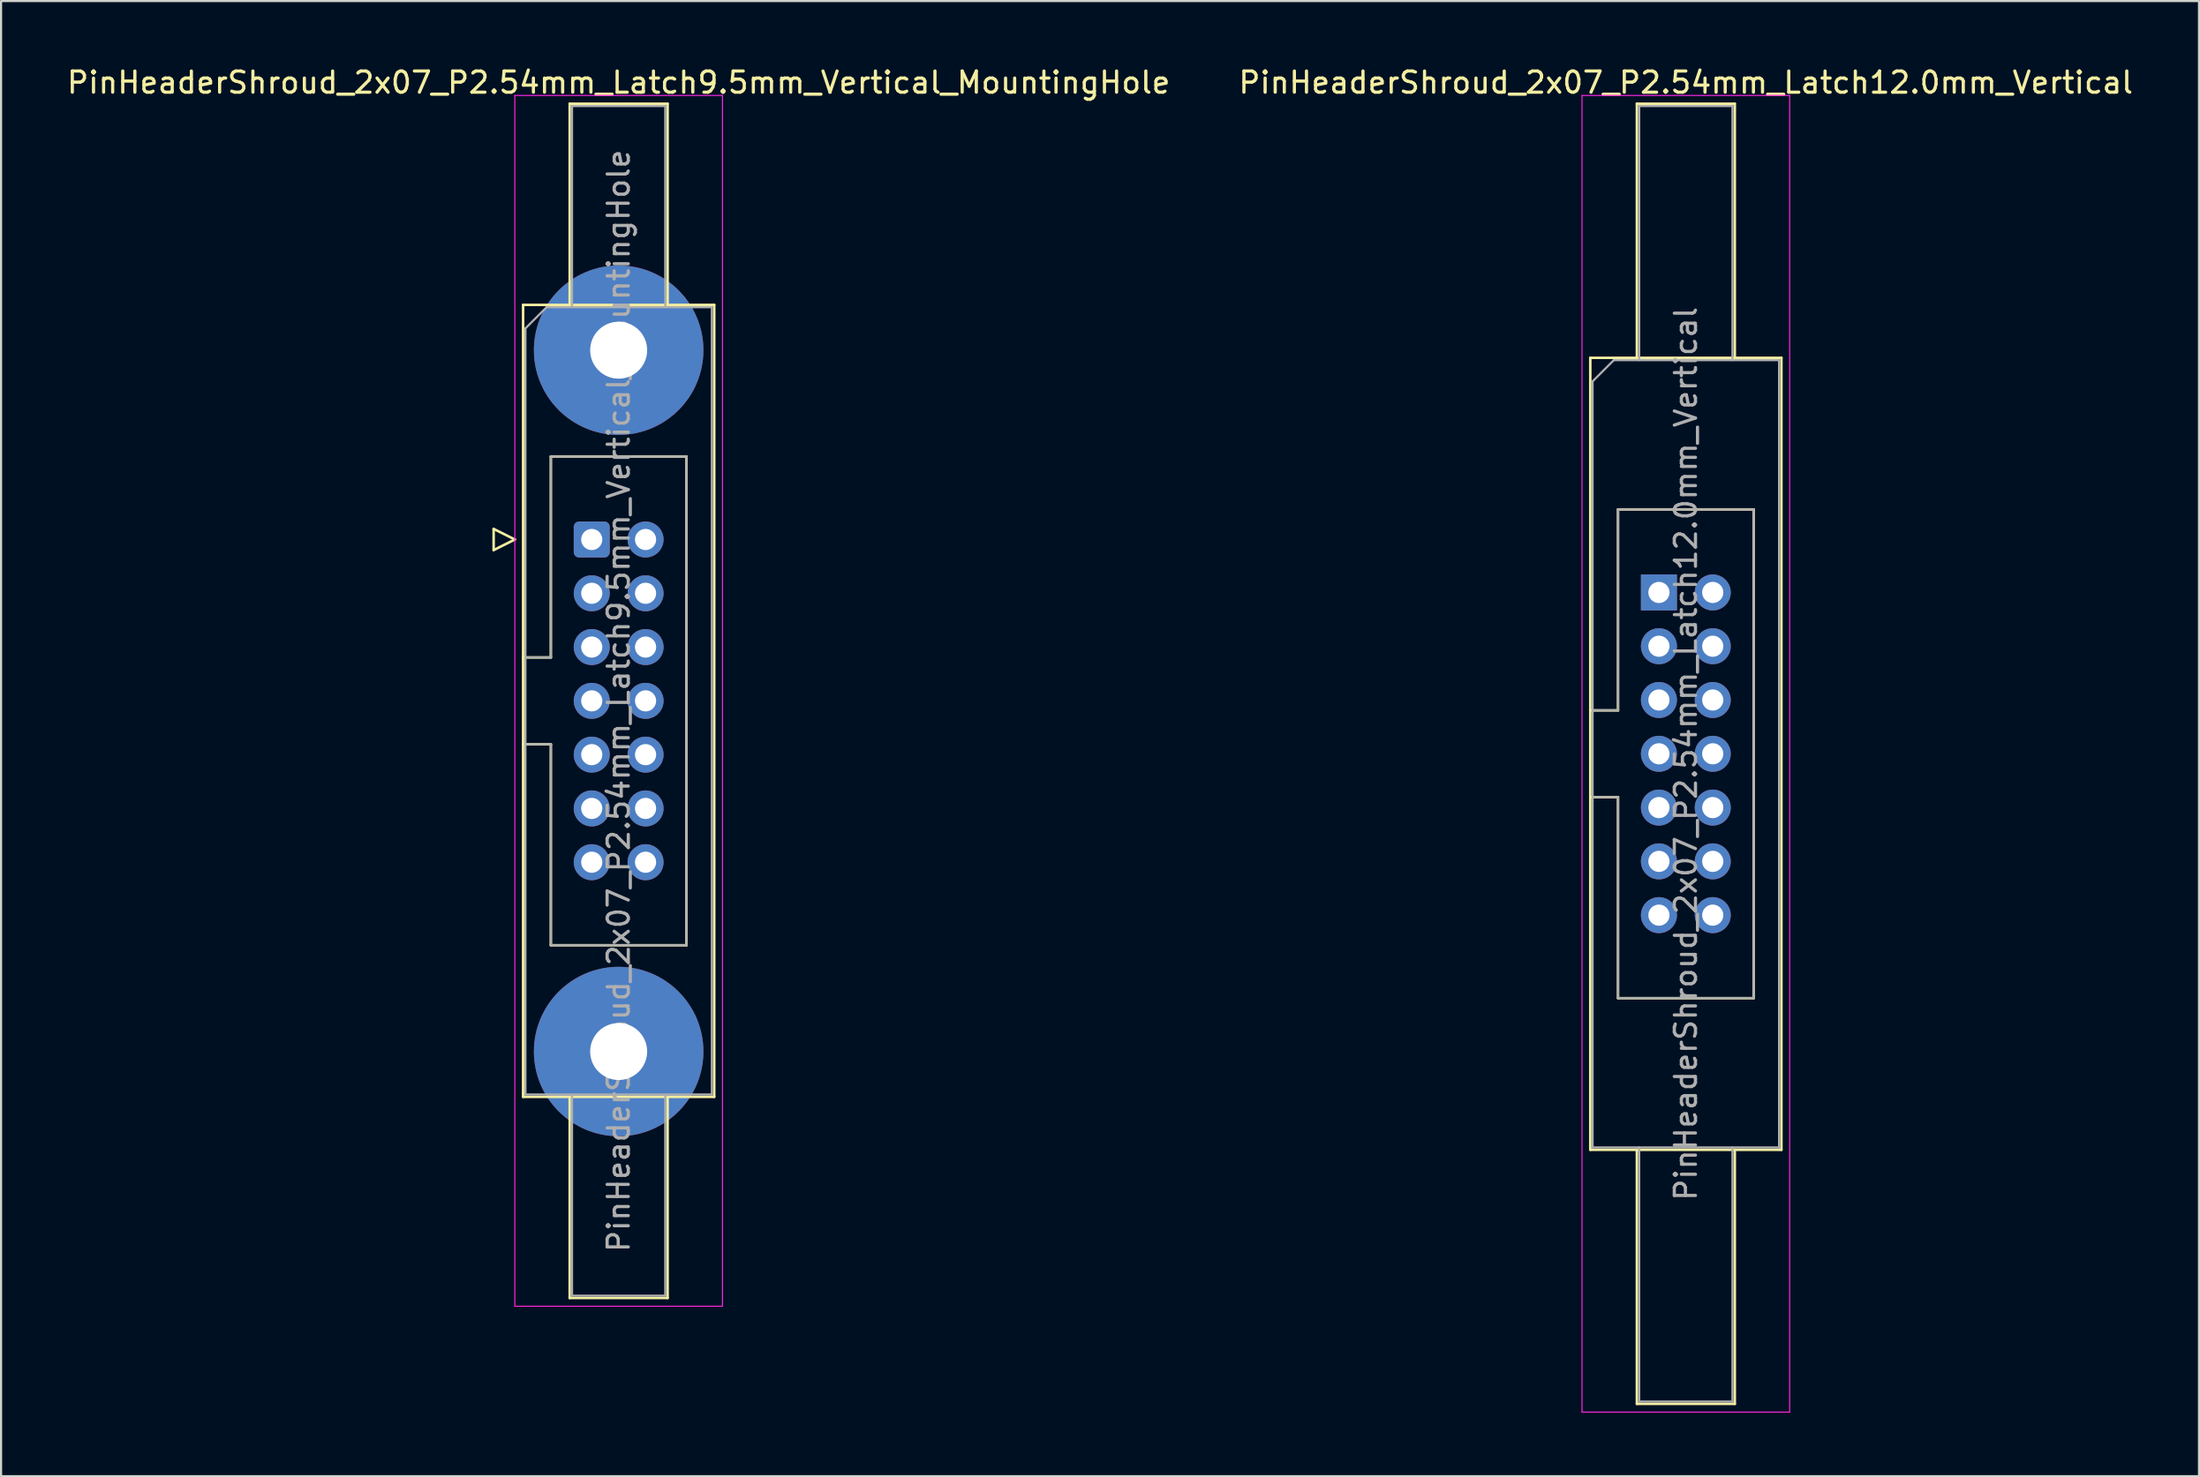
<source format=kicad_pcb>
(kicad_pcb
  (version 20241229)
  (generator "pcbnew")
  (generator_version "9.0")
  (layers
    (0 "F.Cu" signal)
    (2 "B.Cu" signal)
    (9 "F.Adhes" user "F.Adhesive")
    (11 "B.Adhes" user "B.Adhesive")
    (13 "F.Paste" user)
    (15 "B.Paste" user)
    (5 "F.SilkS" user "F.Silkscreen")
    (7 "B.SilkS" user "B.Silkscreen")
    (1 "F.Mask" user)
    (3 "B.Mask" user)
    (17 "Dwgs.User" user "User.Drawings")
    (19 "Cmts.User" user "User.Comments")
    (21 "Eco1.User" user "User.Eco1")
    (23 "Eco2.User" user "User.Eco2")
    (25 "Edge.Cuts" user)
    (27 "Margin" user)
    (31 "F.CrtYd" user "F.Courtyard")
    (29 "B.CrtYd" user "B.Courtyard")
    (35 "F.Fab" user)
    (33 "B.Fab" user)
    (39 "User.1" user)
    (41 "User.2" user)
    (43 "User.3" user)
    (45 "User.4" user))
  (footprint "PinHeaderShroud_2x07_P2.54mm_Latch9.5mm_Vertical_MountingHole"
    (layer "F.Cu")
    (at 24.879 22.428)
    (property "Reference" "PinHeaderShroud_2x07_P2.54mm_Latch9.5mm_Vertical_MountingHole" (at 1.27 -21.58 0) (layer "F.SilkS") (effects (font (size 1 1) (thickness 0.15))))
    (attr through_hole)
    (fp_line (start -4.63 -0.5) (end -4.63 0.5) (stroke (width 0.12) (type solid)) (layer "F.SilkS"))
    (fp_line (start -4.63 0.5) (end -3.63 0) (stroke (width 0.12) (type solid)) (layer "F.SilkS"))
    (fp_line (start -3.63 0) (end -4.63 -0.5) (stroke (width 0.12) (type solid)) (layer "F.SilkS"))
    (fp_line (start -3.24 -11.08) (end 5.78 -11.08) (stroke (width 0.12) (type solid)) (layer "F.SilkS"))
    (fp_line (start -3.24 5.57) (end -1.93 5.57) (stroke (width 0.12) (type solid)) (layer "F.SilkS"))
    (fp_line (start -3.24 9.67) (end -1.93 9.67) (stroke (width 0.12) (type solid)) (layer "F.SilkS"))
    (fp_line (start -3.24 26.32) (end -3.24 -11.08) (stroke (width 0.12) (type solid)) (layer "F.SilkS"))
    (fp_line (start -1.93 -3.92) (end 4.47 -3.92) (stroke (width 0.12) (type solid)) (layer "F.SilkS"))
    (fp_line (start -1.93 5.57) (end -1.93 -3.92) (stroke (width 0.12) (type solid)) (layer "F.SilkS"))
    (fp_line (start -1.93 19.16) (end -1.93 9.67) (stroke (width 0.12) (type solid)) (layer "F.SilkS"))
    (fp_line (start -1.04 -20.58) (end 3.58 -20.58) (stroke (width 0.12) (type solid)) (layer "F.SilkS"))
    (fp_line (start -1.04 -11.08) (end -1.04 -20.58) (stroke (width 0.12) (type solid)) (layer "F.SilkS"))
    (fp_line (start -1.04 26.32) (end -1.04 35.82) (stroke (width 0.12) (type solid)) (layer "F.SilkS"))
    (fp_line (start -1.04 35.82) (end 3.58 35.82) (stroke (width 0.12) (type solid)) (layer "F.SilkS"))
    (fp_line (start 3.58 -20.58) (end 3.58 -11.08) (stroke (width 0.12) (type solid)) (layer "F.SilkS"))
    (fp_line (start 3.58 35.82) (end 3.58 26.32) (stroke (width 0.12) (type solid)) (layer "F.SilkS"))
    (fp_line (start 4.47 -3.92) (end 4.47 19.16) (stroke (width 0.12) (type solid)) (layer "F.SilkS"))
    (fp_line (start 4.47 19.16) (end -1.93 19.16) (stroke (width 0.12) (type solid)) (layer "F.SilkS"))
    (fp_line (start 5.78 -11.08) (end 5.78 26.32) (stroke (width 0.12) (type solid)) (layer "F.SilkS"))
    (fp_line (start 5.78 26.32) (end -3.24 26.32) (stroke (width 0.12) (type solid)) (layer "F.SilkS"))
    (fp_line (start -3.63 -20.97) (end -3.63 36.21) (stroke (width 0.05) (type solid)) (layer "F.CrtYd"))
    (fp_line (start -3.63 36.21) (end 6.17 36.21) (stroke (width 0.05) (type solid)) (layer "F.CrtYd"))
    (fp_line (start 6.17 -20.97) (end -3.63 -20.97) (stroke (width 0.05) (type solid)) (layer "F.CrtYd"))
    (fp_line (start 6.17 36.21) (end 6.17 -20.97) (stroke (width 0.05) (type solid)) (layer "F.CrtYd"))
    (fp_line (start -3.13 -9.97) (end -2.13 -10.97) (stroke (width 0.1) (type solid)) (layer "F.Fab"))
    (fp_line (start -3.13 5.57) (end -1.93 5.57) (stroke (width 0.1) (type solid)) (layer "F.Fab"))
    (fp_line (start -3.13 9.67) (end -1.93 9.67) (stroke (width 0.1) (type solid)) (layer "F.Fab"))
    (fp_line (start -3.13 26.21) (end -3.13 -9.97) (stroke (width 0.1) (type solid)) (layer "F.Fab"))
    (fp_line (start -2.13 -10.97) (end 5.67 -10.97) (stroke (width 0.1) (type solid)) (layer "F.Fab"))
    (fp_line (start -1.93 -3.92) (end 4.47 -3.92) (stroke (width 0.1) (type solid)) (layer "F.Fab"))
    (fp_line (start -1.93 5.57) (end -1.93 -3.92) (stroke (width 0.1) (type solid)) (layer "F.Fab"))
    (fp_line (start -1.93 19.16) (end -1.93 9.67) (stroke (width 0.1) (type solid)) (layer "F.Fab"))
    (fp_line (start -0.93 -20.47) (end 3.47 -20.47) (stroke (width 0.1) (type solid)) (layer "F.Fab"))
    (fp_line (start -0.93 -10.97) (end -0.93 -20.47) (stroke (width 0.1) (type solid)) (layer "F.Fab"))
    (fp_line (start -0.93 26.21) (end -0.93 35.71) (stroke (width 0.1) (type solid)) (layer "F.Fab"))
    (fp_line (start -0.93 35.71) (end 3.47 35.71) (stroke (width 0.1) (type solid)) (layer "F.Fab"))
    (fp_line (start 3.47 -20.47) (end 3.47 -10.97) (stroke (width 0.1) (type solid)) (layer "F.Fab"))
    (fp_line (start 3.47 35.71) (end 3.47 26.21) (stroke (width 0.1) (type solid)) (layer "F.Fab"))
    (fp_line (start 4.47 -3.92) (end 4.47 19.16) (stroke (width 0.1) (type solid)) (layer "F.Fab"))
    (fp_line (start 4.47 19.16) (end -1.93 19.16) (stroke (width 0.1) (type solid)) (layer "F.Fab"))
    (fp_line (start 5.67 -10.97) (end 5.67 26.21) (stroke (width 0.1) (type solid)) (layer "F.Fab"))
    (fp_line (start 5.67 26.21) (end -3.13 26.21) (stroke (width 0.1) (type solid)) (layer "F.Fab"))
    (fp_text user "${REFERENCE}" (at 1.27 7.62 90) (layer "F.Fab") (effects (font (size 1 1) (thickness 0.15))))
    (pad "" thru_hole circle (at 1.27 -8.94) (size 8 8) (drill 2.69) (layers "*.Cu" "*.Mask"))
    (pad "" thru_hole circle (at 1.27 24.18) (size 8 8) (drill 2.69) (layers "*.Cu" "*.Mask"))
    (pad "1" thru_hole roundrect (at 0 0) (size 1.7 1.7) (drill 1) (layers "*.Cu" "*.Mask") (roundrect_rratio 0.147))
    (pad "2" thru_hole circle (at 2.54 0) (size 1.7 1.7) (drill 1) (layers "*.Cu" "*.Mask"))
    (pad "3" thru_hole circle (at 0 2.54) (size 1.7 1.7) (drill 1) (layers "*.Cu" "*.Mask"))
    (pad "4" thru_hole circle (at 2.54 2.54) (size 1.7 1.7) (drill 1) (layers "*.Cu" "*.Mask"))
    (pad "5" thru_hole circle (at 0 5.08) (size 1.7 1.7) (drill 1) (layers "*.Cu" "*.Mask"))
    (pad "6" thru_hole circle (at 2.54 5.08) (size 1.7 1.7) (drill 1) (layers "*.Cu" "*.Mask"))
    (pad "7" thru_hole circle (at 0 7.62) (size 1.7 1.7) (drill 1) (layers "*.Cu" "*.Mask"))
    (pad "8" thru_hole circle (at 2.54 7.62) (size 1.7 1.7) (drill 1) (layers "*.Cu" "*.Mask"))
    (pad "9" thru_hole circle (at 0 10.16) (size 1.7 1.7) (drill 1) (layers "*.Cu" "*.Mask"))
    (pad "10" thru_hole circle (at 2.54 10.16) (size 1.7 1.7) (drill 1) (layers "*.Cu" "*.Mask"))
    (pad "11" thru_hole circle (at 0 12.7) (size 1.7 1.7) (drill 1) (layers "*.Cu" "*.Mask"))
    (pad "12" thru_hole circle (at 2.54 12.7) (size 1.7 1.7) (drill 1) (layers "*.Cu" "*.Mask"))
    (pad "13" thru_hole circle (at 0 15.24) (size 1.7 1.7) (drill 1) (layers "*.Cu" "*.Mask"))
    (pad "14" thru_hole circle (at 2.54 15.24) (size 1.7 1.7) (drill 1) (layers "*.Cu" "*.Mask")))
  (footprint "PinHeaderShroud_2x07_P2.54mm_Latch12.0mm_Vertical"
    (layer "F.Cu")
    (at 75.248 24.928)
    (property "Reference" "PinHeaderShroud_2x07_P2.54mm_Latch12.0mm_Vertical" (at 1.27 -24.08 0) (layer "F.SilkS") (effects (font (size 1 1) (thickness 0.15))))
    (attr through_hole)
    (fp_line (start -3.24 -11.08) (end 5.78 -11.08) (stroke (width 0.12) (type solid)) (layer "F.SilkS"))
    (fp_line (start -3.24 5.57) (end -1.93 5.57) (stroke (width 0.12) (type solid)) (layer "F.SilkS"))
    (fp_line (start -3.24 9.67) (end -1.93 9.67) (stroke (width 0.12) (type solid)) (layer "F.SilkS"))
    (fp_line (start -3.24 26.32) (end -3.24 -11.08) (stroke (width 0.12) (type solid)) (layer "F.SilkS"))
    (fp_line (start -1.93 -3.92) (end 4.47 -3.92) (stroke (width 0.12) (type solid)) (layer "F.SilkS"))
    (fp_line (start -1.93 5.57) (end -1.93 -3.92) (stroke (width 0.12) (type solid)) (layer "F.SilkS"))
    (fp_line (start -1.93 19.16) (end -1.93 9.67) (stroke (width 0.12) (type solid)) (layer "F.SilkS"))
    (fp_line (start -1.04 -23.08) (end 3.58 -23.08) (stroke (width 0.12) (type solid)) (layer "F.SilkS"))
    (fp_line (start -1.04 -11.08) (end -1.04 -23.08) (stroke (width 0.12) (type solid)) (layer "F.SilkS"))
    (fp_line (start -1.04 26.32) (end -1.04 38.32) (stroke (width 0.12) (type solid)) (layer "F.SilkS"))
    (fp_line (start -1.04 38.32) (end 3.58 38.32) (stroke (width 0.12) (type solid)) (layer "F.SilkS"))
    (fp_line (start 3.58 -23.08) (end 3.58 -11.08) (stroke (width 0.12) (type solid)) (layer "F.SilkS"))
    (fp_line (start 3.58 38.32) (end 3.58 26.32) (stroke (width 0.12) (type solid)) (layer "F.SilkS"))
    (fp_line (start 4.47 -3.92) (end 4.47 19.16) (stroke (width 0.12) (type solid)) (layer "F.SilkS"))
    (fp_line (start 4.47 19.16) (end -1.93 19.16) (stroke (width 0.12) (type solid)) (layer "F.SilkS"))
    (fp_line (start 5.78 -11.08) (end 5.78 26.32) (stroke (width 0.12) (type solid)) (layer "F.SilkS"))
    (fp_line (start 5.78 26.32) (end -3.24 26.32) (stroke (width 0.12) (type solid)) (layer "F.SilkS"))
    (fp_line (start -3.63 -23.47) (end -3.63 38.71) (stroke (width 0.05) (type solid)) (layer "F.CrtYd"))
    (fp_line (start -3.63 38.71) (end 6.17 38.71) (stroke (width 0.05) (type solid)) (layer "F.CrtYd"))
    (fp_line (start 6.17 -23.47) (end -3.63 -23.47) (stroke (width 0.05) (type solid)) (layer "F.CrtYd"))
    (fp_line (start 6.17 38.71) (end 6.17 -23.47) (stroke (width 0.05) (type solid)) (layer "F.CrtYd"))
    (fp_line (start -3.13 -9.97) (end -2.13 -10.97) (stroke (width 0.1) (type solid)) (layer "F.Fab"))
    (fp_line (start -3.13 5.57) (end -1.93 5.57) (stroke (width 0.1) (type solid)) (layer "F.Fab"))
    (fp_line (start -3.13 9.67) (end -1.93 9.67) (stroke (width 0.1) (type solid)) (layer "F.Fab"))
    (fp_line (start -3.13 26.21) (end -3.13 -9.97) (stroke (width 0.1) (type solid)) (layer "F.Fab"))
    (fp_line (start -2.13 -10.97) (end 5.67 -10.97) (stroke (width 0.1) (type solid)) (layer "F.Fab"))
    (fp_line (start -1.93 -3.92) (end 4.47 -3.92) (stroke (width 0.1) (type solid)) (layer "F.Fab"))
    (fp_line (start -1.93 5.57) (end -1.93 -3.92) (stroke (width 0.1) (type solid)) (layer "F.Fab"))
    (fp_line (start -1.93 19.16) (end -1.93 9.67) (stroke (width 0.1) (type solid)) (layer "F.Fab"))
    (fp_line (start -0.93 -22.97) (end 3.47 -22.97) (stroke (width 0.1) (type solid)) (layer "F.Fab"))
    (fp_line (start -0.93 -10.97) (end -0.93 -22.97) (stroke (width 0.1) (type solid)) (layer "F.Fab"))
    (fp_line (start -0.93 26.21) (end -0.93 38.21) (stroke (width 0.1) (type solid)) (layer "F.Fab"))
    (fp_line (start -0.93 38.21) (end 3.47 38.21) (stroke (width 0.1) (type solid)) (layer "F.Fab"))
    (fp_line (start 3.47 -22.97) (end 3.47 -10.97) (stroke (width 0.1) (type solid)) (layer "F.Fab"))
    (fp_line (start 3.47 38.21) (end 3.47 26.21) (stroke (width 0.1) (type solid)) (layer "F.Fab"))
    (fp_line (start 4.47 -3.92) (end 4.47 19.16) (stroke (width 0.1) (type solid)) (layer "F.Fab"))
    (fp_line (start 4.47 19.16) (end -1.93 19.16) (stroke (width 0.1) (type solid)) (layer "F.Fab"))
    (fp_line (start 5.67 -10.97) (end 5.67 26.21) (stroke (width 0.1) (type solid)) (layer "F.Fab"))
    (fp_line (start 5.67 26.21) (end -3.13 26.21) (stroke (width 0.1) (type solid)) (layer "F.Fab"))
    (fp_text user "${REFERENCE}" (at 1.27 7.62 90) (layer "F.Fab") (effects (font (size 1 1) (thickness 0.15))))
    (pad "1" thru_hole rect (at 0 0) (size 1.7 1.7) (drill 1) (layers "*.Cu" "*.Mask"))
    (pad "2" thru_hole circle (at 2.54 0) (size 1.7 1.7) (drill 1) (layers "*.Cu" "*.Mask"))
    (pad "3" thru_hole circle (at 0 2.54) (size 1.7 1.7) (drill 1) (layers "*.Cu" "*.Mask"))
    (pad "4" thru_hole circle (at 2.54 2.54) (size 1.7 1.7) (drill 1) (layers "*.Cu" "*.Mask"))
    (pad "5" thru_hole circle (at 0 5.08) (size 1.7 1.7) (drill 1) (layers "*.Cu" "*.Mask"))
    (pad "6" thru_hole circle (at 2.54 5.08) (size 1.7 1.7) (drill 1) (layers "*.Cu" "*.Mask"))
    (pad "7" thru_hole circle (at 0 7.62) (size 1.7 1.7) (drill 1) (layers "*.Cu" "*.Mask"))
    (pad "8" thru_hole circle (at 2.54 7.62) (size 1.7 1.7) (drill 1) (layers "*.Cu" "*.Mask"))
    (pad "9" thru_hole circle (at 0 10.16) (size 1.7 1.7) (drill 1) (layers "*.Cu" "*.Mask"))
    (pad "10" thru_hole circle (at 2.54 10.16) (size 1.7 1.7) (drill 1) (layers "*.Cu" "*.Mask"))
    (pad "11" thru_hole circle (at 0 12.7) (size 1.7 1.7) (drill 1) (layers "*.Cu" "*.Mask"))
    (pad "12" thru_hole circle (at 2.54 12.7) (size 1.7 1.7) (drill 1) (layers "*.Cu" "*.Mask"))
    (pad "13" thru_hole circle (at 0 15.24) (size 1.7 1.7) (drill 1) (layers "*.Cu" "*.Mask"))
    (pad "14" thru_hole circle (at 2.54 15.24) (size 1.7 1.7) (drill 1) (layers "*.Cu" "*.Mask")))
  (gr_rect
    (start -3 -3)
    (end 100.738 66.663)
    (stroke (width 0.1) (type default))
    (fill no)
    (layer "Edge.Cuts")))
</source>
